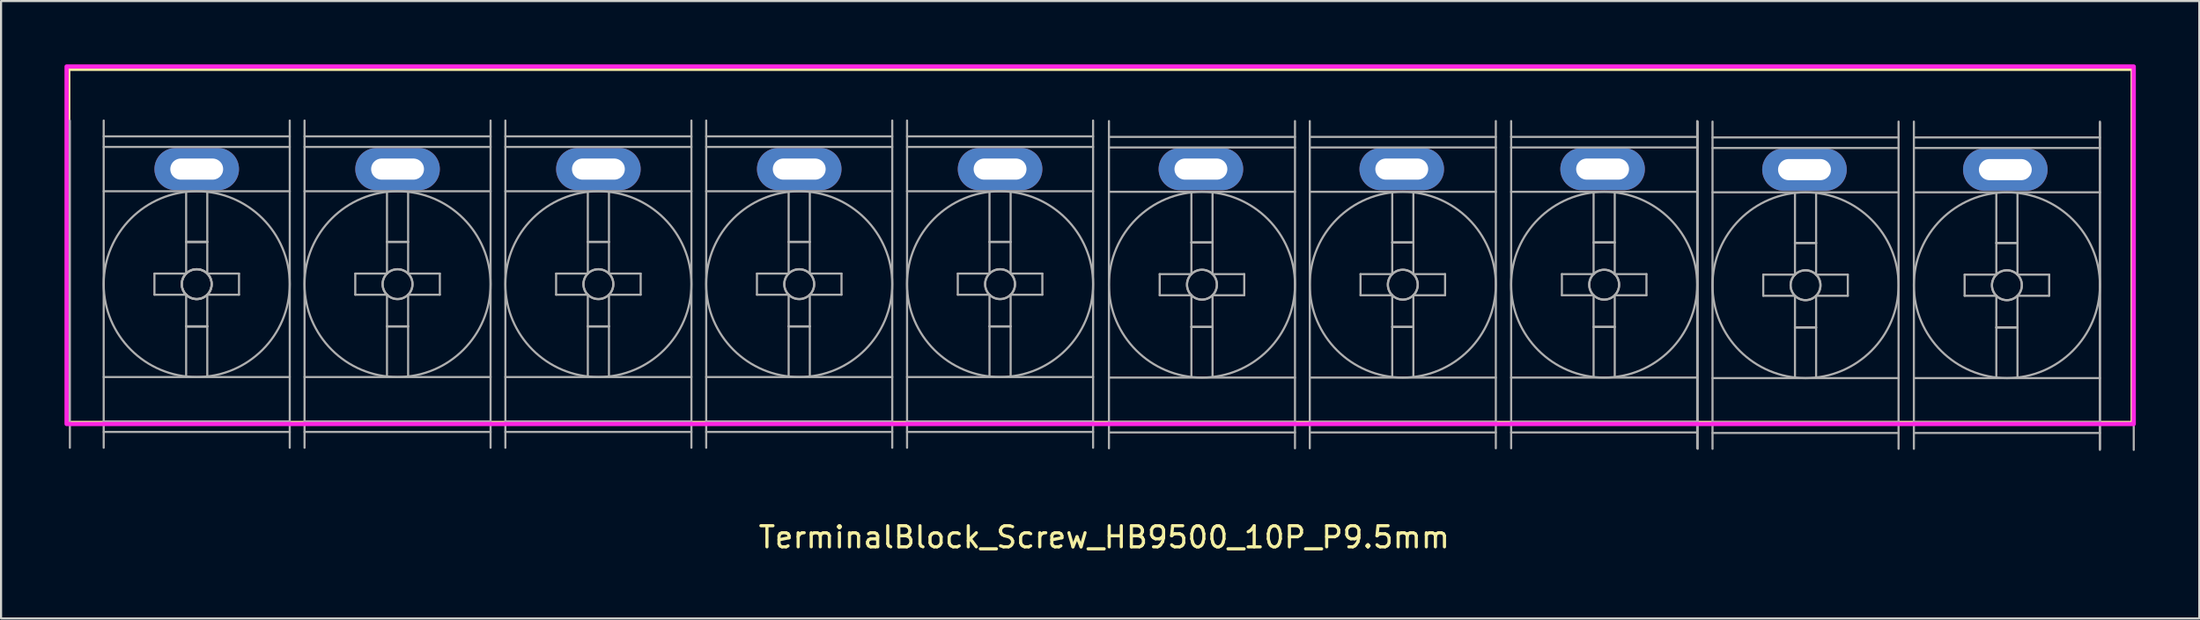
<source format=kicad_pcb>
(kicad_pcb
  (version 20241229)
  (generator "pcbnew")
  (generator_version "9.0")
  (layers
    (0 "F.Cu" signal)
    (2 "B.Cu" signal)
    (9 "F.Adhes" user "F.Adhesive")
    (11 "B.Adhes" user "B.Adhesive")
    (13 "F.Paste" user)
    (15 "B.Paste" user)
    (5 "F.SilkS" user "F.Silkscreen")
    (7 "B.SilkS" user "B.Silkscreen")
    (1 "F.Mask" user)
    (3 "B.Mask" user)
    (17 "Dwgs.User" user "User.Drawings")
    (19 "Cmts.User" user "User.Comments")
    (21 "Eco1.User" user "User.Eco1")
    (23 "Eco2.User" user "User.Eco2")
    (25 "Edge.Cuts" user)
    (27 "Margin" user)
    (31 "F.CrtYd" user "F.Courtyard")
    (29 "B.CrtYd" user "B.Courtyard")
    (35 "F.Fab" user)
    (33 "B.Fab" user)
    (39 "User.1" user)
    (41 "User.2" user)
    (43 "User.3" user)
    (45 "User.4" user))
  (footprint "TerminalBlock_Screw_HB9500_10P_P9.5mm"
    (layer "F.Cu")
    (at 48.99 10.41)
    (property "Reference" "TerminalBlock_Screw_HB9500_10P_P9.5mm" (at 0.19 11.988 0) (layer "F.SilkS") (effects (font (size 1 1) (thickness 0.15))))
    (attr through_hole)
    (fp_rect (start -48.81 -10.2) (end 48.84 6.575) (stroke (width 0.2) (type solid)) (fill no) (layer "F.SilkS"))
    (fp_rect (start -48.89 -10.31) (end 48.89 6.625) (stroke (width 0.2) (type solid)) (fill no) (layer "F.CrtYd"))
    (fp_line (start -48.735 -7.75) (end -48.735 7.75) (stroke (width 0.1) (type solid)) (layer "F.Fab"))
    (fp_line (start -47.135 -7.75) (end -47.135 7.75) (stroke (width 0.1) (type solid)) (layer "F.Fab"))
    (fp_line (start -47.135 -7) (end -38.335 -7) (stroke (width 0.1) (type solid)) (layer "F.Fab"))
    (fp_line (start -47.135 -6.5) (end -38.335 -6.5) (stroke (width 0.1) (type solid)) (layer "F.Fab"))
    (fp_line (start -47.135 -4.4) (end -38.335 -4.4) (stroke (width 0.1) (type solid)) (layer "F.Fab"))
    (fp_line (start -47.135 4.4) (end -38.335 4.4) (stroke (width 0.1) (type solid)) (layer "F.Fab"))
    (fp_line (start -47.135 6.5) (end -38.335 6.5) (stroke (width 0.1) (type solid)) (layer "F.Fab"))
    (fp_line (start -47.135 7) (end -38.335 7) (stroke (width 0.1) (type solid)) (layer "F.Fab"))
    (fp_line (start -44.735 -0.5) (end -44.735 0.5) (stroke (width 0.1) (type solid)) (layer "F.Fab"))
    (fp_line (start -44.735 0.5) (end -43.235 0.5) (stroke (width 0.1) (type solid)) (layer "F.Fab"))
    (fp_line (start -43.235 -4.35) (end -43.235 -0.5) (stroke (width 0.1) (type solid)) (layer "F.Fab"))
    (fp_line (start -43.235 -2) (end -42.235 -2) (stroke (width 0.1) (type solid)) (layer "F.Fab"))
    (fp_line (start -43.235 -2) (end -42.235 -2) (stroke (width 0.1) (type solid)) (layer "F.Fab"))
    (fp_line (start -43.235 -2) (end -42.235 -2) (stroke (width 0.1) (type solid)) (layer "F.Fab"))
    (fp_line (start -43.235 -0.5) (end -44.735 -0.5) (stroke (width 0.1) (type solid)) (layer "F.Fab"))
    (fp_line (start -43.235 0.5) (end -43.235 4.35) (stroke (width 0.1) (type solid)) (layer "F.Fab"))
    (fp_line (start -43.235 2) (end -42.235 2) (stroke (width 0.1) (type solid)) (layer "F.Fab"))
    (fp_line (start -43.235 2) (end -42.235 2) (stroke (width 0.1) (type solid)) (layer "F.Fab"))
    (fp_line (start -43.235 2) (end -42.235 2) (stroke (width 0.1) (type solid)) (layer "F.Fab"))
    (fp_line (start -42.235 -4.35) (end -42.235 -0.5) (stroke (width 0.1) (type solid)) (layer "F.Fab"))
    (fp_line (start -42.235 -0.5) (end -40.735 -0.5) (stroke (width 0.1) (type solid)) (layer "F.Fab"))
    (fp_line (start -42.235 0.5) (end -42.235 4.35) (stroke (width 0.1) (type solid)) (layer "F.Fab"))
    (fp_line (start -40.735 -0.5) (end -40.735 0.5) (stroke (width 0.1) (type solid)) (layer "F.Fab"))
    (fp_line (start -40.735 0.5) (end -42.235 0.5) (stroke (width 0.1) (type solid)) (layer "F.Fab"))
    (fp_line (start -38.335 -7.75) (end -38.335 7.75) (stroke (width 0.1) (type solid)) (layer "F.Fab"))
    (fp_line (start -37.635 -7.75) (end -37.635 7.75) (stroke (width 0.1) (type solid)) (layer "F.Fab"))
    (fp_line (start -37.635 -7) (end -28.835 -7) (stroke (width 0.1) (type solid)) (layer "F.Fab"))
    (fp_line (start -37.635 -6.5) (end -28.835 -6.5) (stroke (width 0.1) (type solid)) (layer "F.Fab"))
    (fp_line (start -37.635 -4.4) (end -28.835 -4.4) (stroke (width 0.1) (type solid)) (layer "F.Fab"))
    (fp_line (start -37.635 4.4) (end -28.835 4.4) (stroke (width 0.1) (type solid)) (layer "F.Fab"))
    (fp_line (start -37.635 6.5) (end -28.835 6.5) (stroke (width 0.1) (type solid)) (layer "F.Fab"))
    (fp_line (start -37.635 7) (end -28.835 7) (stroke (width 0.1) (type solid)) (layer "F.Fab"))
    (fp_line (start -35.235 -0.5) (end -35.235 0.5) (stroke (width 0.1) (type solid)) (layer "F.Fab"))
    (fp_line (start -35.235 0.5) (end -33.735 0.5) (stroke (width 0.1) (type solid)) (layer "F.Fab"))
    (fp_line (start -33.735 -4.35) (end -33.735 -0.5) (stroke (width 0.1) (type solid)) (layer "F.Fab"))
    (fp_line (start -33.735 -2) (end -32.735 -2) (stroke (width 0.1) (type solid)) (layer "F.Fab"))
    (fp_line (start -33.735 -2) (end -32.735 -2) (stroke (width 0.1) (type solid)) (layer "F.Fab"))
    (fp_line (start -33.735 -0.5) (end -35.235 -0.5) (stroke (width 0.1) (type solid)) (layer "F.Fab"))
    (fp_line (start -33.735 0.5) (end -33.735 4.35) (stroke (width 0.1) (type solid)) (layer "F.Fab"))
    (fp_line (start -33.735 2) (end -32.735 2) (stroke (width 0.1) (type solid)) (layer "F.Fab"))
    (fp_line (start -33.735 2) (end -32.735 2) (stroke (width 0.1) (type solid)) (layer "F.Fab"))
    (fp_line (start -32.735 -4.35) (end -32.735 -0.5) (stroke (width 0.1) (type solid)) (layer "F.Fab"))
    (fp_line (start -32.735 -0.5) (end -31.235 -0.5) (stroke (width 0.1) (type solid)) (layer "F.Fab"))
    (fp_line (start -32.735 0.5) (end -32.735 4.35) (stroke (width 0.1) (type solid)) (layer "F.Fab"))
    (fp_line (start -31.235 -0.5) (end -31.235 0.5) (stroke (width 0.1) (type solid)) (layer "F.Fab"))
    (fp_line (start -31.235 0.5) (end -32.735 0.5) (stroke (width 0.1) (type solid)) (layer "F.Fab"))
    (fp_line (start -28.835 -7.75) (end -28.835 7.75) (stroke (width 0.1) (type solid)) (layer "F.Fab"))
    (fp_line (start -28.135 -7.75) (end -28.135 7.75) (stroke (width 0.1) (type solid)) (layer "F.Fab"))
    (fp_line (start -28.135 -7) (end -19.335 -7) (stroke (width 0.1) (type solid)) (layer "F.Fab"))
    (fp_line (start -28.135 -6.5) (end -19.335 -6.5) (stroke (width 0.1) (type solid)) (layer "F.Fab"))
    (fp_line (start -28.135 -4.4) (end -19.335 -4.4) (stroke (width 0.1) (type solid)) (layer "F.Fab"))
    (fp_line (start -28.135 4.4) (end -19.335 4.4) (stroke (width 0.1) (type solid)) (layer "F.Fab"))
    (fp_line (start -28.135 6.5) (end -19.335 6.5) (stroke (width 0.1) (type solid)) (layer "F.Fab"))
    (fp_line (start -28.135 7) (end -19.335 7) (stroke (width 0.1) (type solid)) (layer "F.Fab"))
    (fp_line (start -25.735 -0.5) (end -25.735 0.5) (stroke (width 0.1) (type solid)) (layer "F.Fab"))
    (fp_line (start -25.735 0.5) (end -24.235 0.5) (stroke (width 0.1) (type solid)) (layer "F.Fab"))
    (fp_line (start -24.235 -4.35) (end -24.235 -0.5) (stroke (width 0.1) (type solid)) (layer "F.Fab"))
    (fp_line (start -24.235 -2) (end -23.235 -2) (stroke (width 0.1) (type solid)) (layer "F.Fab"))
    (fp_line (start -24.235 -2) (end -23.235 -2) (stroke (width 0.1) (type solid)) (layer "F.Fab"))
    (fp_line (start -24.235 -0.5) (end -25.735 -0.5) (stroke (width 0.1) (type solid)) (layer "F.Fab"))
    (fp_line (start -24.235 0.5) (end -24.235 4.35) (stroke (width 0.1) (type solid)) (layer "F.Fab"))
    (fp_line (start -24.235 2) (end -23.235 2) (stroke (width 0.1) (type solid)) (layer "F.Fab"))
    (fp_line (start -24.235 2) (end -23.235 2) (stroke (width 0.1) (type solid)) (layer "F.Fab"))
    (fp_line (start -23.235 -4.35) (end -23.235 -0.5) (stroke (width 0.1) (type solid)) (layer "F.Fab"))
    (fp_line (start -23.235 -0.5) (end -21.735 -0.5) (stroke (width 0.1) (type solid)) (layer "F.Fab"))
    (fp_line (start -23.235 0.5) (end -23.235 4.35) (stroke (width 0.1) (type solid)) (layer "F.Fab"))
    (fp_line (start -21.735 -0.5) (end -21.735 0.5) (stroke (width 0.1) (type solid)) (layer "F.Fab"))
    (fp_line (start -21.735 0.5) (end -23.235 0.5) (stroke (width 0.1) (type solid)) (layer "F.Fab"))
    (fp_line (start -19.335 -7.75) (end -19.335 7.75) (stroke (width 0.1) (type solid)) (layer "F.Fab"))
    (fp_line (start -18.635 -7.75) (end -18.635 7.75) (stroke (width 0.1) (type solid)) (layer "F.Fab"))
    (fp_line (start -18.635 -7) (end -9.835 -7) (stroke (width 0.1) (type solid)) (layer "F.Fab"))
    (fp_line (start -18.635 -6.5) (end -9.835 -6.5) (stroke (width 0.1) (type solid)) (layer "F.Fab"))
    (fp_line (start -18.635 -4.4) (end -9.835 -4.4) (stroke (width 0.1) (type solid)) (layer "F.Fab"))
    (fp_line (start -18.635 4.4) (end -9.835 4.4) (stroke (width 0.1) (type solid)) (layer "F.Fab"))
    (fp_line (start -18.635 6.5) (end -9.835 6.5) (stroke (width 0.1) (type solid)) (layer "F.Fab"))
    (fp_line (start -18.635 7) (end -9.835 7) (stroke (width 0.1) (type solid)) (layer "F.Fab"))
    (fp_line (start -16.235 -0.5) (end -16.235 0.5) (stroke (width 0.1) (type solid)) (layer "F.Fab"))
    (fp_line (start -16.235 0.5) (end -14.735 0.5) (stroke (width 0.1) (type solid)) (layer "F.Fab"))
    (fp_line (start -14.735 -4.35) (end -14.735 -0.5) (stroke (width 0.1) (type solid)) (layer "F.Fab"))
    (fp_line (start -14.735 -2) (end -13.735 -2) (stroke (width 0.1) (type solid)) (layer "F.Fab"))
    (fp_line (start -14.735 -2) (end -13.735 -2) (stroke (width 0.1) (type solid)) (layer "F.Fab"))
    (fp_line (start -14.735 -0.5) (end -16.235 -0.5) (stroke (width 0.1) (type solid)) (layer "F.Fab"))
    (fp_line (start -14.735 0.5) (end -14.735 4.35) (stroke (width 0.1) (type solid)) (layer "F.Fab"))
    (fp_line (start -14.735 2) (end -13.735 2) (stroke (width 0.1) (type solid)) (layer "F.Fab"))
    (fp_line (start -14.735 2) (end -13.735 2) (stroke (width 0.1) (type solid)) (layer "F.Fab"))
    (fp_line (start -13.735 -4.35) (end -13.735 -0.5) (stroke (width 0.1) (type solid)) (layer "F.Fab"))
    (fp_line (start -13.735 -0.5) (end -12.235 -0.5) (stroke (width 0.1) (type solid)) (layer "F.Fab"))
    (fp_line (start -13.735 0.5) (end -13.735 4.35) (stroke (width 0.1) (type solid)) (layer "F.Fab"))
    (fp_line (start -12.235 -0.5) (end -12.235 0.5) (stroke (width 0.1) (type solid)) (layer "F.Fab"))
    (fp_line (start -12.235 0.5) (end -13.735 0.5) (stroke (width 0.1) (type solid)) (layer "F.Fab"))
    (fp_line (start -9.835 -7.75) (end -9.835 7.75) (stroke (width 0.1) (type solid)) (layer "F.Fab"))
    (fp_line (start -9.135 -7.75) (end -9.135 7.75) (stroke (width 0.1) (type solid)) (layer "F.Fab"))
    (fp_line (start -9.135 -7) (end -0.335 -7) (stroke (width 0.1) (type solid)) (layer "F.Fab"))
    (fp_line (start -9.135 -6.5) (end -0.335 -6.5) (stroke (width 0.1) (type solid)) (layer "F.Fab"))
    (fp_line (start -9.135 -4.4) (end -0.335 -4.4) (stroke (width 0.1) (type solid)) (layer "F.Fab"))
    (fp_line (start -9.135 4.4) (end -0.335 4.4) (stroke (width 0.1) (type solid)) (layer "F.Fab"))
    (fp_line (start -9.135 6.5) (end -0.335 6.5) (stroke (width 0.1) (type solid)) (layer "F.Fab"))
    (fp_line (start -9.135 7) (end -0.335 7) (stroke (width 0.1) (type solid)) (layer "F.Fab"))
    (fp_line (start -6.735 -0.5) (end -6.735 0.5) (stroke (width 0.1) (type solid)) (layer "F.Fab"))
    (fp_line (start -6.735 0.5) (end -5.235 0.5) (stroke (width 0.1) (type solid)) (layer "F.Fab"))
    (fp_line (start -5.235 -4.35) (end -5.235 -0.5) (stroke (width 0.1) (type solid)) (layer "F.Fab"))
    (fp_line (start -5.235 -2) (end -4.235 -2) (stroke (width 0.1) (type solid)) (layer "F.Fab"))
    (fp_line (start -5.235 -2) (end -4.235 -2) (stroke (width 0.1) (type solid)) (layer "F.Fab"))
    (fp_line (start -5.235 -0.5) (end -6.735 -0.5) (stroke (width 0.1) (type solid)) (layer "F.Fab"))
    (fp_line (start -5.235 0.5) (end -5.235 4.35) (stroke (width 0.1) (type solid)) (layer "F.Fab"))
    (fp_line (start -5.235 2) (end -4.235 2) (stroke (width 0.1) (type solid)) (layer "F.Fab"))
    (fp_line (start -5.235 2) (end -4.235 2) (stroke (width 0.1) (type solid)) (layer "F.Fab"))
    (fp_line (start -4.235 -4.35) (end -4.235 -0.5) (stroke (width 0.1) (type solid)) (layer "F.Fab"))
    (fp_line (start -4.235 -0.5) (end -2.735 -0.5) (stroke (width 0.1) (type solid)) (layer "F.Fab"))
    (fp_line (start -4.235 0.5) (end -4.235 4.35) (stroke (width 0.1) (type solid)) (layer "F.Fab"))
    (fp_line (start -2.735 -0.5) (end -2.735 0.5) (stroke (width 0.1) (type solid)) (layer "F.Fab"))
    (fp_line (start -2.735 0.5) (end -4.235 0.5) (stroke (width 0.1) (type solid)) (layer "F.Fab"))
    (fp_line (start -0.335 -7.75) (end -0.335 7.75) (stroke (width 0.1) (type solid)) (layer "F.Fab"))
    (fp_line (start 0.415 -7.725) (end 0.415 7.775) (stroke (width 0.1) (type solid)) (layer "F.Fab"))
    (fp_line (start 0.415 -6.975) (end 9.215 -6.975) (stroke (width 0.1) (type solid)) (layer "F.Fab"))
    (fp_line (start 0.415 -6.475) (end 9.215 -6.475) (stroke (width 0.1) (type solid)) (layer "F.Fab"))
    (fp_line (start 0.415 -4.375) (end 9.215 -4.375) (stroke (width 0.1) (type solid)) (layer "F.Fab"))
    (fp_line (start 0.415 4.425) (end 9.215 4.425) (stroke (width 0.1) (type solid)) (layer "F.Fab"))
    (fp_line (start 0.415 6.525) (end 9.215 6.525) (stroke (width 0.1) (type solid)) (layer "F.Fab"))
    (fp_line (start 0.415 7.025) (end 9.215 7.025) (stroke (width 0.1) (type solid)) (layer "F.Fab"))
    (fp_line (start 2.815 -0.475) (end 2.815 0.525) (stroke (width 0.1) (type solid)) (layer "F.Fab"))
    (fp_line (start 2.815 0.525) (end 4.315 0.525) (stroke (width 0.1) (type solid)) (layer "F.Fab"))
    (fp_line (start 4.315 -4.325) (end 4.315 -0.475) (stroke (width 0.1) (type solid)) (layer "F.Fab"))
    (fp_line (start 4.315 -1.975) (end 5.315 -1.975) (stroke (width 0.1) (type solid)) (layer "F.Fab"))
    (fp_line (start 4.315 -1.975) (end 5.315 -1.975) (stroke (width 0.1) (type solid)) (layer "F.Fab"))
    (fp_line (start 4.315 -0.475) (end 2.815 -0.475) (stroke (width 0.1) (type solid)) (layer "F.Fab"))
    (fp_line (start 4.315 0.525) (end 4.315 4.375) (stroke (width 0.1) (type solid)) (layer "F.Fab"))
    (fp_line (start 4.315 2.025) (end 5.315 2.025) (stroke (width 0.1) (type solid)) (layer "F.Fab"))
    (fp_line (start 4.315 2.025) (end 5.315 2.025) (stroke (width 0.1) (type solid)) (layer "F.Fab"))
    (fp_line (start 5.315 -4.325) (end 5.315 -0.475) (stroke (width 0.1) (type solid)) (layer "F.Fab"))
    (fp_line (start 5.315 -0.475) (end 6.815 -0.475) (stroke (width 0.1) (type solid)) (layer "F.Fab"))
    (fp_line (start 5.315 0.525) (end 5.315 4.375) (stroke (width 0.1) (type solid)) (layer "F.Fab"))
    (fp_line (start 6.815 -0.475) (end 6.815 0.525) (stroke (width 0.1) (type solid)) (layer "F.Fab"))
    (fp_line (start 6.815 0.525) (end 5.315 0.525) (stroke (width 0.1) (type solid)) (layer "F.Fab"))
    (fp_line (start 9.215 -7.725) (end 9.215 7.775) (stroke (width 0.1) (type solid)) (layer "F.Fab"))
    (fp_line (start 9.915 -7.725) (end 9.915 7.775) (stroke (width 0.1) (type solid)) (layer "F.Fab"))
    (fp_line (start 9.915 -6.975) (end 18.715 -6.975) (stroke (width 0.1) (type solid)) (layer "F.Fab"))
    (fp_line (start 9.915 -6.475) (end 18.715 -6.475) (stroke (width 0.1) (type solid)) (layer "F.Fab"))
    (fp_line (start 9.915 -4.375) (end 18.715 -4.375) (stroke (width 0.1) (type solid)) (layer "F.Fab"))
    (fp_line (start 9.915 4.425) (end 18.715 4.425) (stroke (width 0.1) (type solid)) (layer "F.Fab"))
    (fp_line (start 9.915 6.525) (end 18.715 6.525) (stroke (width 0.1) (type solid)) (layer "F.Fab"))
    (fp_line (start 9.915 7.025) (end 18.715 7.025) (stroke (width 0.1) (type solid)) (layer "F.Fab"))
    (fp_line (start 12.315 -0.475) (end 12.315 0.525) (stroke (width 0.1) (type solid)) (layer "F.Fab"))
    (fp_line (start 12.315 0.525) (end 13.815 0.525) (stroke (width 0.1) (type solid)) (layer "F.Fab"))
    (fp_line (start 13.815 -4.325) (end 13.815 -0.475) (stroke (width 0.1) (type solid)) (layer "F.Fab"))
    (fp_line (start 13.815 -1.975) (end 14.815 -1.975) (stroke (width 0.1) (type solid)) (layer "F.Fab"))
    (fp_line (start 13.815 -1.975) (end 14.815 -1.975) (stroke (width 0.1) (type solid)) (layer "F.Fab"))
    (fp_line (start 13.815 -0.475) (end 12.315 -0.475) (stroke (width 0.1) (type solid)) (layer "F.Fab"))
    (fp_line (start 13.815 0.525) (end 13.815 4.375) (stroke (width 0.1) (type solid)) (layer "F.Fab"))
    (fp_line (start 13.815 2.025) (end 14.815 2.025) (stroke (width 0.1) (type solid)) (layer "F.Fab"))
    (fp_line (start 13.815 2.025) (end 14.815 2.025) (stroke (width 0.1) (type solid)) (layer "F.Fab"))
    (fp_line (start 14.815 -4.325) (end 14.815 -0.475) (stroke (width 0.1) (type solid)) (layer "F.Fab"))
    (fp_line (start 14.815 -0.475) (end 16.315 -0.475) (stroke (width 0.1) (type solid)) (layer "F.Fab"))
    (fp_line (start 14.815 0.525) (end 14.815 4.375) (stroke (width 0.1) (type solid)) (layer "F.Fab"))
    (fp_line (start 16.315 -0.475) (end 16.315 0.525) (stroke (width 0.1) (type solid)) (layer "F.Fab"))
    (fp_line (start 16.315 0.525) (end 14.815 0.525) (stroke (width 0.1) (type solid)) (layer "F.Fab"))
    (fp_line (start 18.715 -7.725) (end 18.715 7.775) (stroke (width 0.1) (type solid)) (layer "F.Fab"))
    (fp_line (start 19.44 -7.725) (end 19.44 7.775) (stroke (width 0.1) (type solid)) (layer "F.Fab"))
    (fp_line (start 19.44 -6.975) (end 28.24 -6.975) (stroke (width 0.1) (type solid)) (layer "F.Fab"))
    (fp_line (start 19.44 -6.475) (end 28.24 -6.475) (stroke (width 0.1) (type solid)) (layer "F.Fab"))
    (fp_line (start 19.44 -4.375) (end 28.24 -4.375) (stroke (width 0.1) (type solid)) (layer "F.Fab"))
    (fp_line (start 19.44 4.425) (end 28.24 4.425) (stroke (width 0.1) (type solid)) (layer "F.Fab"))
    (fp_line (start 19.44 6.525) (end 28.24 6.525) (stroke (width 0.1) (type solid)) (layer "F.Fab"))
    (fp_line (start 19.44 7.025) (end 28.24 7.025) (stroke (width 0.1) (type solid)) (layer "F.Fab"))
    (fp_line (start 21.84 -0.475) (end 21.84 0.525) (stroke (width 0.1) (type solid)) (layer "F.Fab"))
    (fp_line (start 21.84 0.525) (end 23.34 0.525) (stroke (width 0.1) (type solid)) (layer "F.Fab"))
    (fp_line (start 23.34 -4.325) (end 23.34 -0.475) (stroke (width 0.1) (type solid)) (layer "F.Fab"))
    (fp_line (start 23.34 -1.975) (end 24.34 -1.975) (stroke (width 0.1) (type solid)) (layer "F.Fab"))
    (fp_line (start 23.34 -1.975) (end 24.34 -1.975) (stroke (width 0.1) (type solid)) (layer "F.Fab"))
    (fp_line (start 23.34 -0.475) (end 21.84 -0.475) (stroke (width 0.1) (type solid)) (layer "F.Fab"))
    (fp_line (start 23.34 0.525) (end 23.34 4.375) (stroke (width 0.1) (type solid)) (layer "F.Fab"))
    (fp_line (start 23.34 2.025) (end 24.34 2.025) (stroke (width 0.1) (type solid)) (layer "F.Fab"))
    (fp_line (start 23.34 2.025) (end 24.34 2.025) (stroke (width 0.1) (type solid)) (layer "F.Fab"))
    (fp_line (start 24.34 -4.325) (end 24.34 -0.475) (stroke (width 0.1) (type solid)) (layer "F.Fab"))
    (fp_line (start 24.34 -0.475) (end 25.84 -0.475) (stroke (width 0.1) (type solid)) (layer "F.Fab"))
    (fp_line (start 24.34 0.525) (end 24.34 4.375) (stroke (width 0.1) (type solid)) (layer "F.Fab"))
    (fp_line (start 25.84 -0.475) (end 25.84 0.525) (stroke (width 0.1) (type solid)) (layer "F.Fab"))
    (fp_line (start 25.84 0.525) (end 24.34 0.525) (stroke (width 0.1) (type solid)) (layer "F.Fab"))
    (fp_line (start 28.24 -7.725) (end 28.24 7.775) (stroke (width 0.1) (type solid)) (layer "F.Fab"))
    (fp_line (start 28.265 -7.7) (end 28.265 7.8) (stroke (width 0.1) (type solid)) (layer "F.Fab"))
    (fp_line (start 28.965 -7.7) (end 28.965 7.8) (stroke (width 0.1) (type solid)) (layer "F.Fab"))
    (fp_line (start 28.965 -6.95) (end 37.765 -6.95) (stroke (width 0.1) (type solid)) (layer "F.Fab"))
    (fp_line (start 28.965 -6.45) (end 37.765 -6.45) (stroke (width 0.1) (type solid)) (layer "F.Fab"))
    (fp_line (start 28.965 -4.35) (end 37.765 -4.35) (stroke (width 0.1) (type solid)) (layer "F.Fab"))
    (fp_line (start 28.965 4.45) (end 37.765 4.45) (stroke (width 0.1) (type solid)) (layer "F.Fab"))
    (fp_line (start 28.965 6.55) (end 37.765 6.55) (stroke (width 0.1) (type solid)) (layer "F.Fab"))
    (fp_line (start 28.965 7.05) (end 37.765 7.05) (stroke (width 0.1) (type solid)) (layer "F.Fab"))
    (fp_line (start 31.365 -0.45) (end 31.365 0.55) (stroke (width 0.1) (type solid)) (layer "F.Fab"))
    (fp_line (start 31.365 0.55) (end 32.865 0.55) (stroke (width 0.1) (type solid)) (layer "F.Fab"))
    (fp_line (start 32.865 -4.3) (end 32.865 -0.45) (stroke (width 0.1) (type solid)) (layer "F.Fab"))
    (fp_line (start 32.865 -1.95) (end 33.865 -1.95) (stroke (width 0.1) (type solid)) (layer "F.Fab"))
    (fp_line (start 32.865 -1.95) (end 33.865 -1.95) (stroke (width 0.1) (type solid)) (layer "F.Fab"))
    (fp_line (start 32.865 -0.45) (end 31.365 -0.45) (stroke (width 0.1) (type solid)) (layer "F.Fab"))
    (fp_line (start 32.865 0.55) (end 32.865 4.4) (stroke (width 0.1) (type solid)) (layer "F.Fab"))
    (fp_line (start 32.865 2.05) (end 33.865 2.05) (stroke (width 0.1) (type solid)) (layer "F.Fab"))
    (fp_line (start 32.865 2.05) (end 33.865 2.05) (stroke (width 0.1) (type solid)) (layer "F.Fab"))
    (fp_line (start 33.865 -4.3) (end 33.865 -0.45) (stroke (width 0.1) (type solid)) (layer "F.Fab"))
    (fp_line (start 33.865 -0.45) (end 35.365 -0.45) (stroke (width 0.1) (type solid)) (layer "F.Fab"))
    (fp_line (start 33.865 0.55) (end 33.865 4.4) (stroke (width 0.1) (type solid)) (layer "F.Fab"))
    (fp_line (start 35.365 -0.45) (end 35.365 0.55) (stroke (width 0.1) (type solid)) (layer "F.Fab"))
    (fp_line (start 35.365 0.55) (end 33.865 0.55) (stroke (width 0.1) (type solid)) (layer "F.Fab"))
    (fp_line (start 37.765 -7.7) (end 37.765 7.8) (stroke (width 0.1) (type solid)) (layer "F.Fab"))
    (fp_line (start 38.49 -7.7) (end 38.49 7.8) (stroke (width 0.1) (type solid)) (layer "F.Fab"))
    (fp_line (start 38.49 -6.95) (end 47.29 -6.95) (stroke (width 0.1) (type solid)) (layer "F.Fab"))
    (fp_line (start 38.49 -6.45) (end 47.29 -6.45) (stroke (width 0.1) (type solid)) (layer "F.Fab"))
    (fp_line (start 38.49 -4.35) (end 47.29 -4.35) (stroke (width 0.1) (type solid)) (layer "F.Fab"))
    (fp_line (start 38.49 4.45) (end 47.29 4.45) (stroke (width 0.1) (type solid)) (layer "F.Fab"))
    (fp_line (start 38.49 6.55) (end 47.29 6.55) (stroke (width 0.1) (type solid)) (layer "F.Fab"))
    (fp_line (start 38.49 7.05) (end 47.29 7.05) (stroke (width 0.1) (type solid)) (layer "F.Fab"))
    (fp_line (start 40.89 -0.45) (end 40.89 0.55) (stroke (width 0.1) (type solid)) (layer "F.Fab"))
    (fp_line (start 40.89 0.55) (end 42.39 0.55) (stroke (width 0.1) (type solid)) (layer "F.Fab"))
    (fp_line (start 42.39 -4.3) (end 42.39 -0.45) (stroke (width 0.1) (type solid)) (layer "F.Fab"))
    (fp_line (start 42.39 -1.95) (end 43.39 -1.95) (stroke (width 0.1) (type solid)) (layer "F.Fab"))
    (fp_line (start 42.39 -1.95) (end 43.39 -1.95) (stroke (width 0.1) (type solid)) (layer "F.Fab"))
    (fp_line (start 42.39 -0.45) (end 40.89 -0.45) (stroke (width 0.1) (type solid)) (layer "F.Fab"))
    (fp_line (start 42.39 0.55) (end 42.39 4.4) (stroke (width 0.1) (type solid)) (layer "F.Fab"))
    (fp_line (start 42.39 2.05) (end 43.39 2.05) (stroke (width 0.1) (type solid)) (layer "F.Fab"))
    (fp_line (start 42.39 2.05) (end 43.39 2.05) (stroke (width 0.1) (type solid)) (layer "F.Fab"))
    (fp_line (start 43.39 -4.3) (end 43.39 -0.45) (stroke (width 0.1) (type solid)) (layer "F.Fab"))
    (fp_line (start 43.39 -0.45) (end 44.89 -0.45) (stroke (width 0.1) (type solid)) (layer "F.Fab"))
    (fp_line (start 43.39 0.55) (end 43.39 4.4) (stroke (width 0.1) (type solid)) (layer "F.Fab"))
    (fp_line (start 44.89 -0.45) (end 44.89 0.55) (stroke (width 0.1) (type solid)) (layer "F.Fab"))
    (fp_line (start 44.89 0.55) (end 43.39 0.55) (stroke (width 0.1) (type solid)) (layer "F.Fab"))
    (fp_line (start 47.29 -7.7) (end 47.29 7.8) (stroke (width 0.1) (type solid)) (layer "F.Fab"))
    (fp_line (start 47.29 -7.65) (end 47.29 7.85) (stroke (width 0.1) (type solid)) (layer "F.Fab"))
    (fp_line (start 48.89 -7.65) (end 48.89 7.85) (stroke (width 0.1) (type solid)) (layer "F.Fab"))
    (fp_circle (center -42.735 0) (end -42.235 0.5) (stroke (width 0.1) (type solid)) (fill no) (layer "F.Fab"))
    (fp_circle (center -42.735 0) (end -42.235 0.5) (stroke (width 0.1) (type solid)) (fill no) (layer "F.Fab"))
    (fp_circle (center -42.735 0) (end -42.235 0.5) (stroke (width 0.1) (type solid)) (fill no) (layer "F.Fab"))
    (fp_circle (center -42.735 0) (end -38.335 0) (stroke (width 0.1) (type solid)) (fill no) (layer "F.Fab"))
    (fp_circle (center -33.235 0) (end -32.735 0.5) (stroke (width 0.1) (type solid)) (fill no) (layer "F.Fab"))
    (fp_circle (center -33.235 0) (end -32.735 0.5) (stroke (width 0.1) (type solid)) (fill no) (layer "F.Fab"))
    (fp_circle (center -33.235 0) (end -28.835 0) (stroke (width 0.1) (type solid)) (fill no) (layer "F.Fab"))
    (fp_circle (center -23.735 0) (end -23.235 0.5) (stroke (width 0.1) (type solid)) (fill no) (layer "F.Fab"))
    (fp_circle (center -23.735 0) (end -23.235 0.5) (stroke (width 0.1) (type solid)) (fill no) (layer "F.Fab"))
    (fp_circle (center -23.735 0) (end -19.335 0) (stroke (width 0.1) (type solid)) (fill no) (layer "F.Fab"))
    (fp_circle (center -14.235 0) (end -13.735 0.5) (stroke (width 0.1) (type solid)) (fill no) (layer "F.Fab"))
    (fp_circle (center -14.235 0) (end -13.735 0.5) (stroke (width 0.1) (type solid)) (fill no) (layer "F.Fab"))
    (fp_circle (center -14.235 0) (end -9.835 0) (stroke (width 0.1) (type solid)) (fill no) (layer "F.Fab"))
    (fp_circle (center -4.735 0) (end -4.235 0.5) (stroke (width 0.1) (type solid)) (fill no) (layer "F.Fab"))
    (fp_circle (center -4.735 0) (end -4.235 0.5) (stroke (width 0.1) (type solid)) (fill no) (layer "F.Fab"))
    (fp_circle (center -4.735 0) (end -0.335 0) (stroke (width 0.1) (type solid)) (fill no) (layer "F.Fab"))
    (fp_circle (center 4.815 0.025) (end 5.315 0.525) (stroke (width 0.1) (type solid)) (fill no) (layer "F.Fab"))
    (fp_circle (center 4.815 0.025) (end 5.315 0.525) (stroke (width 0.1) (type solid)) (fill no) (layer "F.Fab"))
    (fp_circle (center 4.815 0.025) (end 9.215 0.025) (stroke (width 0.1) (type solid)) (fill no) (layer "F.Fab"))
    (fp_circle (center 14.315 0.025) (end 14.815 0.525) (stroke (width 0.1) (type solid)) (fill no) (layer "F.Fab"))
    (fp_circle (center 14.315 0.025) (end 14.815 0.525) (stroke (width 0.1) (type solid)) (fill no) (layer "F.Fab"))
    (fp_circle (center 14.315 0.025) (end 18.715 0.025) (stroke (width 0.1) (type solid)) (fill no) (layer "F.Fab"))
    (fp_circle (center 23.84 0.025) (end 24.34 0.525) (stroke (width 0.1) (type solid)) (fill no) (layer "F.Fab"))
    (fp_circle (center 23.84 0.025) (end 24.34 0.525) (stroke (width 0.1) (type solid)) (fill no) (layer "F.Fab"))
    (fp_circle (center 23.84 0.025) (end 28.24 0.025) (stroke (width 0.1) (type solid)) (fill no) (layer "F.Fab"))
    (fp_circle (center 33.365 0.05) (end 33.865 0.55) (stroke (width 0.1) (type solid)) (fill no) (layer "F.Fab"))
    (fp_circle (center 33.365 0.05) (end 33.865 0.55) (stroke (width 0.1) (type solid)) (fill no) (layer "F.Fab"))
    (fp_circle (center 33.365 0.05) (end 37.765 0.05) (stroke (width 0.1) (type solid)) (fill no) (layer "F.Fab"))
    (fp_circle (center 42.89 0.05) (end 43.39 0.55) (stroke (width 0.1) (type solid)) (fill no) (layer "F.Fab"))
    (fp_circle (center 42.89 0.05) (end 43.39 0.55) (stroke (width 0.1) (type solid)) (fill no) (layer "F.Fab"))
    (fp_circle (center 42.89 0.05) (end 47.29 0.05) (stroke (width 0.1) (type solid)) (fill no) (layer "F.Fab"))
    (pad "1" thru_hole oval (at -42.735 -5.45) (size 4 2) (drill oval 2.5 1) (layers "*.Cu" "*.Mask"))
    (pad "2" thru_hole oval (at -33.235 -5.45) (size 4 2) (drill oval 2.5 1) (layers "*.Cu" "*.Mask"))
    (pad "3" thru_hole oval (at -23.735 -5.45) (size 4 2) (drill oval 2.5 1) (layers "*.Cu" "*.Mask"))
    (pad "4" thru_hole oval (at -14.235 -5.45) (size 4 2) (drill oval 2.5 1) (layers "*.Cu" "*.Mask"))
    (pad "5" thru_hole oval (at -4.735 -5.45) (size 4 2) (drill oval 2.5 1) (layers "*.Cu" "*.Mask"))
    (pad "6" thru_hole oval (at 4.765 -5.45) (size 4 2) (drill oval 2.5 1) (layers "*.Cu" "*.Mask"))
    (pad "7" thru_hole oval (at 14.265 -5.45) (size 4 2) (drill oval 2.5 1) (layers "*.Cu" "*.Mask"))
    (pad "8" thru_hole oval (at 23.765 -5.45) (size 4 2) (drill oval 2.5 1) (layers "*.Cu" "*.Mask"))
    (pad "9" thru_hole oval (at 33.315 -5.425) (size 4 2) (drill oval 2.5 1) (layers "*.Cu" "*.Mask"))
    (pad "10" thru_hole oval (at 42.815 -5.425) (size 4 2) (drill oval 2.5 1) (layers "*.Cu" "*.Mask")))
  (gr_rect
    (start -3 -3)
    (end 100.98 26.246)
    (stroke (width 0.1) (type default))
    (fill no)
    (layer "Edge.Cuts")))
</source>
